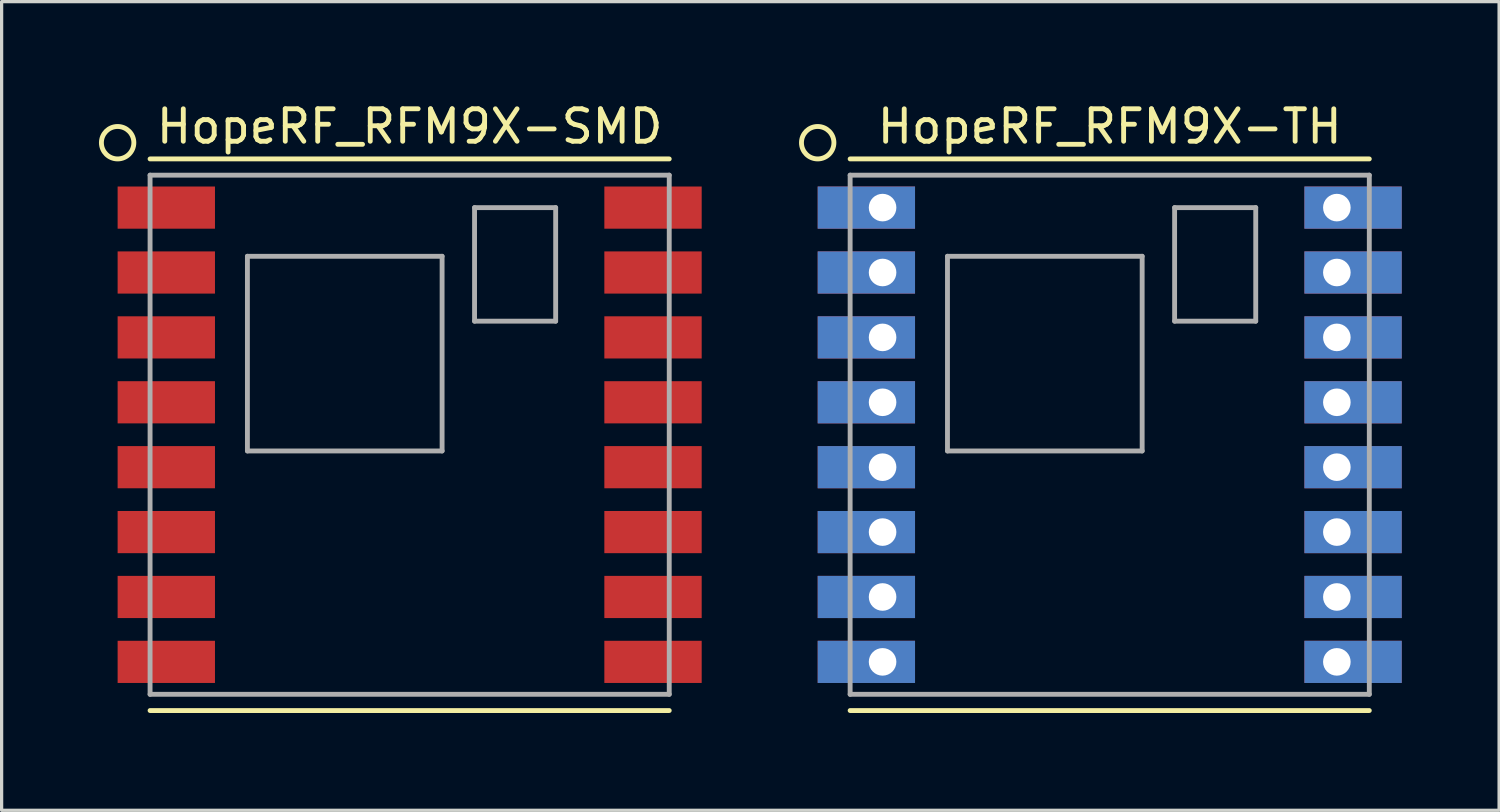
<source format=kicad_pcb>
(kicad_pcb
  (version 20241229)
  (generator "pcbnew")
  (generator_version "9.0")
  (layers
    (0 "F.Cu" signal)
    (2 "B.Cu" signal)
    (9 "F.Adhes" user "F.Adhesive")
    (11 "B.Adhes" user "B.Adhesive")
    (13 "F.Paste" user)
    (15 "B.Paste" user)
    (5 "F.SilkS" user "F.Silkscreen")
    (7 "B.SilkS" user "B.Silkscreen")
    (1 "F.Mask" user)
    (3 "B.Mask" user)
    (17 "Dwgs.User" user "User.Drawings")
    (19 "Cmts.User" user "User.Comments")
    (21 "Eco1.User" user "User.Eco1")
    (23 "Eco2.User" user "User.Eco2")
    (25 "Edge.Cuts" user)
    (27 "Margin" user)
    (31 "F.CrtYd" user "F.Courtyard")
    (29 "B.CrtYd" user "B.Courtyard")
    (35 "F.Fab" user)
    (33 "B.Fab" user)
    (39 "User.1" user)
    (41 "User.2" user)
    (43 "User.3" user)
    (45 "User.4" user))
  (footprint "HopeRF_RFM9X-SMD"
    (layer "F.Cu")
    (at 9.575 10.348)
    (property "Reference" "HopeRF_RFM9X-SMD" (at 0 -9.5 0) (layer "F.SilkS") (effects (font (size 1 1) (thickness 0.15))))
    (attr through_hole)
    (fp_line (start -8 -8.5) (end 8 -8.5) (stroke (width 0.15) (type solid)) (layer "F.SilkS"))
    (fp_line (start -8 8.5) (end 8 8.5) (stroke (width 0.15) (type solid)) (layer "F.SilkS"))
    (fp_circle (center -9 -9) (end -9 -8.5) (stroke (width 0.15) (type solid)) (fill no) (layer "F.SilkS"))
    (fp_line (start -8 -8) (end -8 8) (stroke (width 0.15) (type solid)) (layer "F.Fab"))
    (fp_line (start -8 -8) (end 8 -8) (stroke (width 0.15) (type solid)) (layer "F.Fab"))
    (fp_line (start -8 8) (end 8 8) (stroke (width 0.15) (type solid)) (layer "F.Fab"))
    (fp_line (start -5 -5.5) (end 1 -5.5) (stroke (width 0.15) (type solid)) (layer "F.Fab"))
    (fp_line (start -5 0.5) (end -5 -5.5) (stroke (width 0.15) (type solid)) (layer "F.Fab"))
    (fp_line (start 1 -5.5) (end 1 0.5) (stroke (width 0.15) (type solid)) (layer "F.Fab"))
    (fp_line (start 1 0.5) (end -5 0.5) (stroke (width 0.15) (type solid)) (layer "F.Fab"))
    (fp_line (start 2 -7) (end 4.5 -7) (stroke (width 0.15) (type solid)) (layer "F.Fab"))
    (fp_line (start 2 -3.5) (end 2 -7) (stroke (width 0.15) (type solid)) (layer "F.Fab"))
    (fp_line (start 4.5 -7) (end 4.5 -3.5) (stroke (width 0.15) (type solid)) (layer "F.Fab"))
    (fp_line (start 4.5 -3.5) (end 2 -3.5) (stroke (width 0.15) (type solid)) (layer "F.Fab"))
    (fp_line (start 8 -8) (end 8 8) (stroke (width 0.15) (type solid)) (layer "F.Fab"))
    (pad "1" smd rect (at -7 -7) (size 3 1.3) (drill (offset -0.5 0)) (layers "F.Cu" "F.Mask" "F.Paste"))
    (pad "2" smd rect (at -7 -5) (size 3 1.3) (drill (offset -0.5 0)) (layers "F.Cu" "F.Mask" "F.Paste"))
    (pad "3" smd rect (at -7 -3) (size 3 1.3) (drill (offset -0.5 0)) (layers "F.Cu" "F.Mask" "F.Paste"))
    (pad "4" smd rect (at -7 -1) (size 3 1.3) (drill (offset -0.5 0)) (layers "F.Cu" "F.Mask" "F.Paste"))
    (pad "5" smd rect (at -7 1) (size 3 1.3) (drill (offset -0.5 0)) (layers "F.Cu" "F.Mask" "F.Paste"))
    (pad "6" smd rect (at -7 3) (size 3 1.3) (drill (offset -0.5 0)) (layers "F.Cu" "F.Mask" "F.Paste"))
    (pad "7" smd rect (at -7 5) (size 3 1.3) (drill (offset -0.5 0)) (layers "F.Cu" "F.Mask" "F.Paste"))
    (pad "8" smd rect (at -7 7) (size 3 1.3) (drill (offset -0.5 0)) (layers "F.Cu" "F.Mask" "F.Paste"))
    (pad "9" smd rect (at 7 7) (size 3 1.3) (drill (offset 0.5 0)) (layers "F.Cu" "F.Mask" "F.Paste"))
    (pad "10" smd rect (at 7 5) (size 3 1.3) (drill (offset 0.5 0)) (layers "F.Cu" "F.Mask" "F.Paste"))
    (pad "11" smd rect (at 7 3) (size 3 1.3) (drill (offset 0.5 0)) (layers "F.Cu" "F.Mask" "F.Paste"))
    (pad "12" smd rect (at 7 1) (size 3 1.3) (drill (offset 0.5 0)) (layers "F.Cu" "F.Mask" "F.Paste"))
    (pad "13" smd rect (at 7 -1) (size 3 1.3) (drill (offset 0.5 0)) (layers "F.Cu" "F.Mask" "F.Paste"))
    (pad "14" smd rect (at 7 -3) (size 3 1.3) (drill (offset 0.5 0)) (layers "F.Cu" "F.Mask" "F.Paste"))
    (pad "15" smd rect (at 7 -5) (size 3 1.3) (drill (offset 0.5 0)) (layers "F.Cu" "F.Mask" "F.Paste"))
    (pad "16" smd rect (at 7 -7) (size 3 1.3) (drill (offset 0.5 0)) (layers "F.Cu" "F.Mask" "F.Paste")))
  (footprint "HopeRF_RFM9X-TH"
    (layer "F.Cu")
    (at 31.15 10.348)
    (property "Reference" "HopeRF_RFM9X-TH" (at 0 -9.5 0) (layer "F.SilkS") (effects (font (size 1 1) (thickness 0.15))))
    (attr through_hole)
    (fp_line (start -8 -8.5) (end 8 -8.5) (stroke (width 0.15) (type solid)) (layer "F.SilkS"))
    (fp_line (start -8 8.5) (end 8 8.5) (stroke (width 0.15) (type solid)) (layer "F.SilkS"))
    (fp_circle (center -9 -9) (end -9 -8.5) (stroke (width 0.15) (type solid)) (fill no) (layer "F.SilkS"))
    (fp_line (start -8 -8) (end -8 8) (stroke (width 0.15) (type solid)) (layer "F.Fab"))
    (fp_line (start -8 -8) (end 8 -8) (stroke (width 0.15) (type solid)) (layer "F.Fab"))
    (fp_line (start -8 8) (end 8 8) (stroke (width 0.15) (type solid)) (layer "F.Fab"))
    (fp_line (start -5 -5.5) (end 1 -5.5) (stroke (width 0.15) (type solid)) (layer "F.Fab"))
    (fp_line (start -5 0.5) (end -5 -5.5) (stroke (width 0.15) (type solid)) (layer "F.Fab"))
    (fp_line (start 1 -5.5) (end 1 0.5) (stroke (width 0.15) (type solid)) (layer "F.Fab"))
    (fp_line (start 1 0.5) (end -5 0.5) (stroke (width 0.15) (type solid)) (layer "F.Fab"))
    (fp_line (start 2 -7) (end 4.5 -7) (stroke (width 0.15) (type solid)) (layer "F.Fab"))
    (fp_line (start 2 -3.5) (end 2 -7) (stroke (width 0.15) (type solid)) (layer "F.Fab"))
    (fp_line (start 4.5 -7) (end 4.5 -3.5) (stroke (width 0.15) (type solid)) (layer "F.Fab"))
    (fp_line (start 4.5 -3.5) (end 2 -3.5) (stroke (width 0.15) (type solid)) (layer "F.Fab"))
    (fp_line (start 8 -8) (end 8 8) (stroke (width 0.15) (type solid)) (layer "F.Fab"))
    (pad "1" thru_hole rect (at -7 -7) (size 3 1.3) (drill 0.85 (offset -0.5 0)) (layers "*.Cu" "*.Mask"))
    (pad "2" thru_hole rect (at -7 -5) (size 3 1.3) (drill 0.85 (offset -0.5 0)) (layers "*.Cu" "*.Mask"))
    (pad "3" thru_hole rect (at -7 -3) (size 3 1.3) (drill 0.85 (offset -0.5 0)) (layers "*.Cu" "*.Mask"))
    (pad "4" thru_hole rect (at -7 -1) (size 3 1.3) (drill 0.85 (offset -0.5 0)) (layers "*.Cu" "*.Mask"))
    (pad "5" thru_hole rect (at -7 1) (size 3 1.3) (drill 0.85 (offset -0.5 0)) (layers "*.Cu" "*.Mask"))
    (pad "6" thru_hole rect (at -7 3) (size 3 1.3) (drill 0.85 (offset -0.5 0)) (layers "*.Cu" "*.Mask"))
    (pad "7" thru_hole rect (at -7 5) (size 3 1.3) (drill 0.85 (offset -0.5 0)) (layers "*.Cu" "*.Mask"))
    (pad "8" thru_hole rect (at -7 7) (size 3 1.3) (drill 0.85 (offset -0.5 0)) (layers "*.Cu" "*.Mask"))
    (pad "9" thru_hole rect (at 7 7) (size 3 1.3) (drill 0.85 (offset 0.5 0)) (layers "*.Cu" "*.Mask"))
    (pad "10" thru_hole rect (at 7 5) (size 3 1.3) (drill 0.85 (offset 0.5 0)) (layers "*.Cu" "*.Mask"))
    (pad "11" thru_hole rect (at 7 3) (size 3 1.3) (drill 0.85 (offset 0.5 0)) (layers "*.Cu" "*.Mask"))
    (pad "12" thru_hole rect (at 7 1) (size 3 1.3) (drill 0.85 (offset 0.5 0)) (layers "*.Cu" "*.Mask"))
    (pad "13" thru_hole rect (at 7 -1) (size 3 1.3) (drill 0.85 (offset 0.5 0)) (layers "*.Cu" "*.Mask"))
    (pad "14" thru_hole rect (at 7 -3) (size 3 1.3) (drill 0.85 (offset 0.5 0)) (layers "*.Cu" "*.Mask"))
    (pad "15" thru_hole rect (at 7 -5) (size 3 1.3) (drill 0.85 (offset 0.5 0)) (layers "*.Cu" "*.Mask"))
    (pad "16" thru_hole rect (at 7 -7) (size 3 1.3) (drill 0.85 (offset 0.5 0)) (layers "*.Cu" "*.Mask")))
  (gr_rect
    (start -3 -3)
    (end 43.15 21.923)
    (stroke (width 0.1) (type default))
    (fill no)
    (layer "Edge.Cuts")))
</source>
